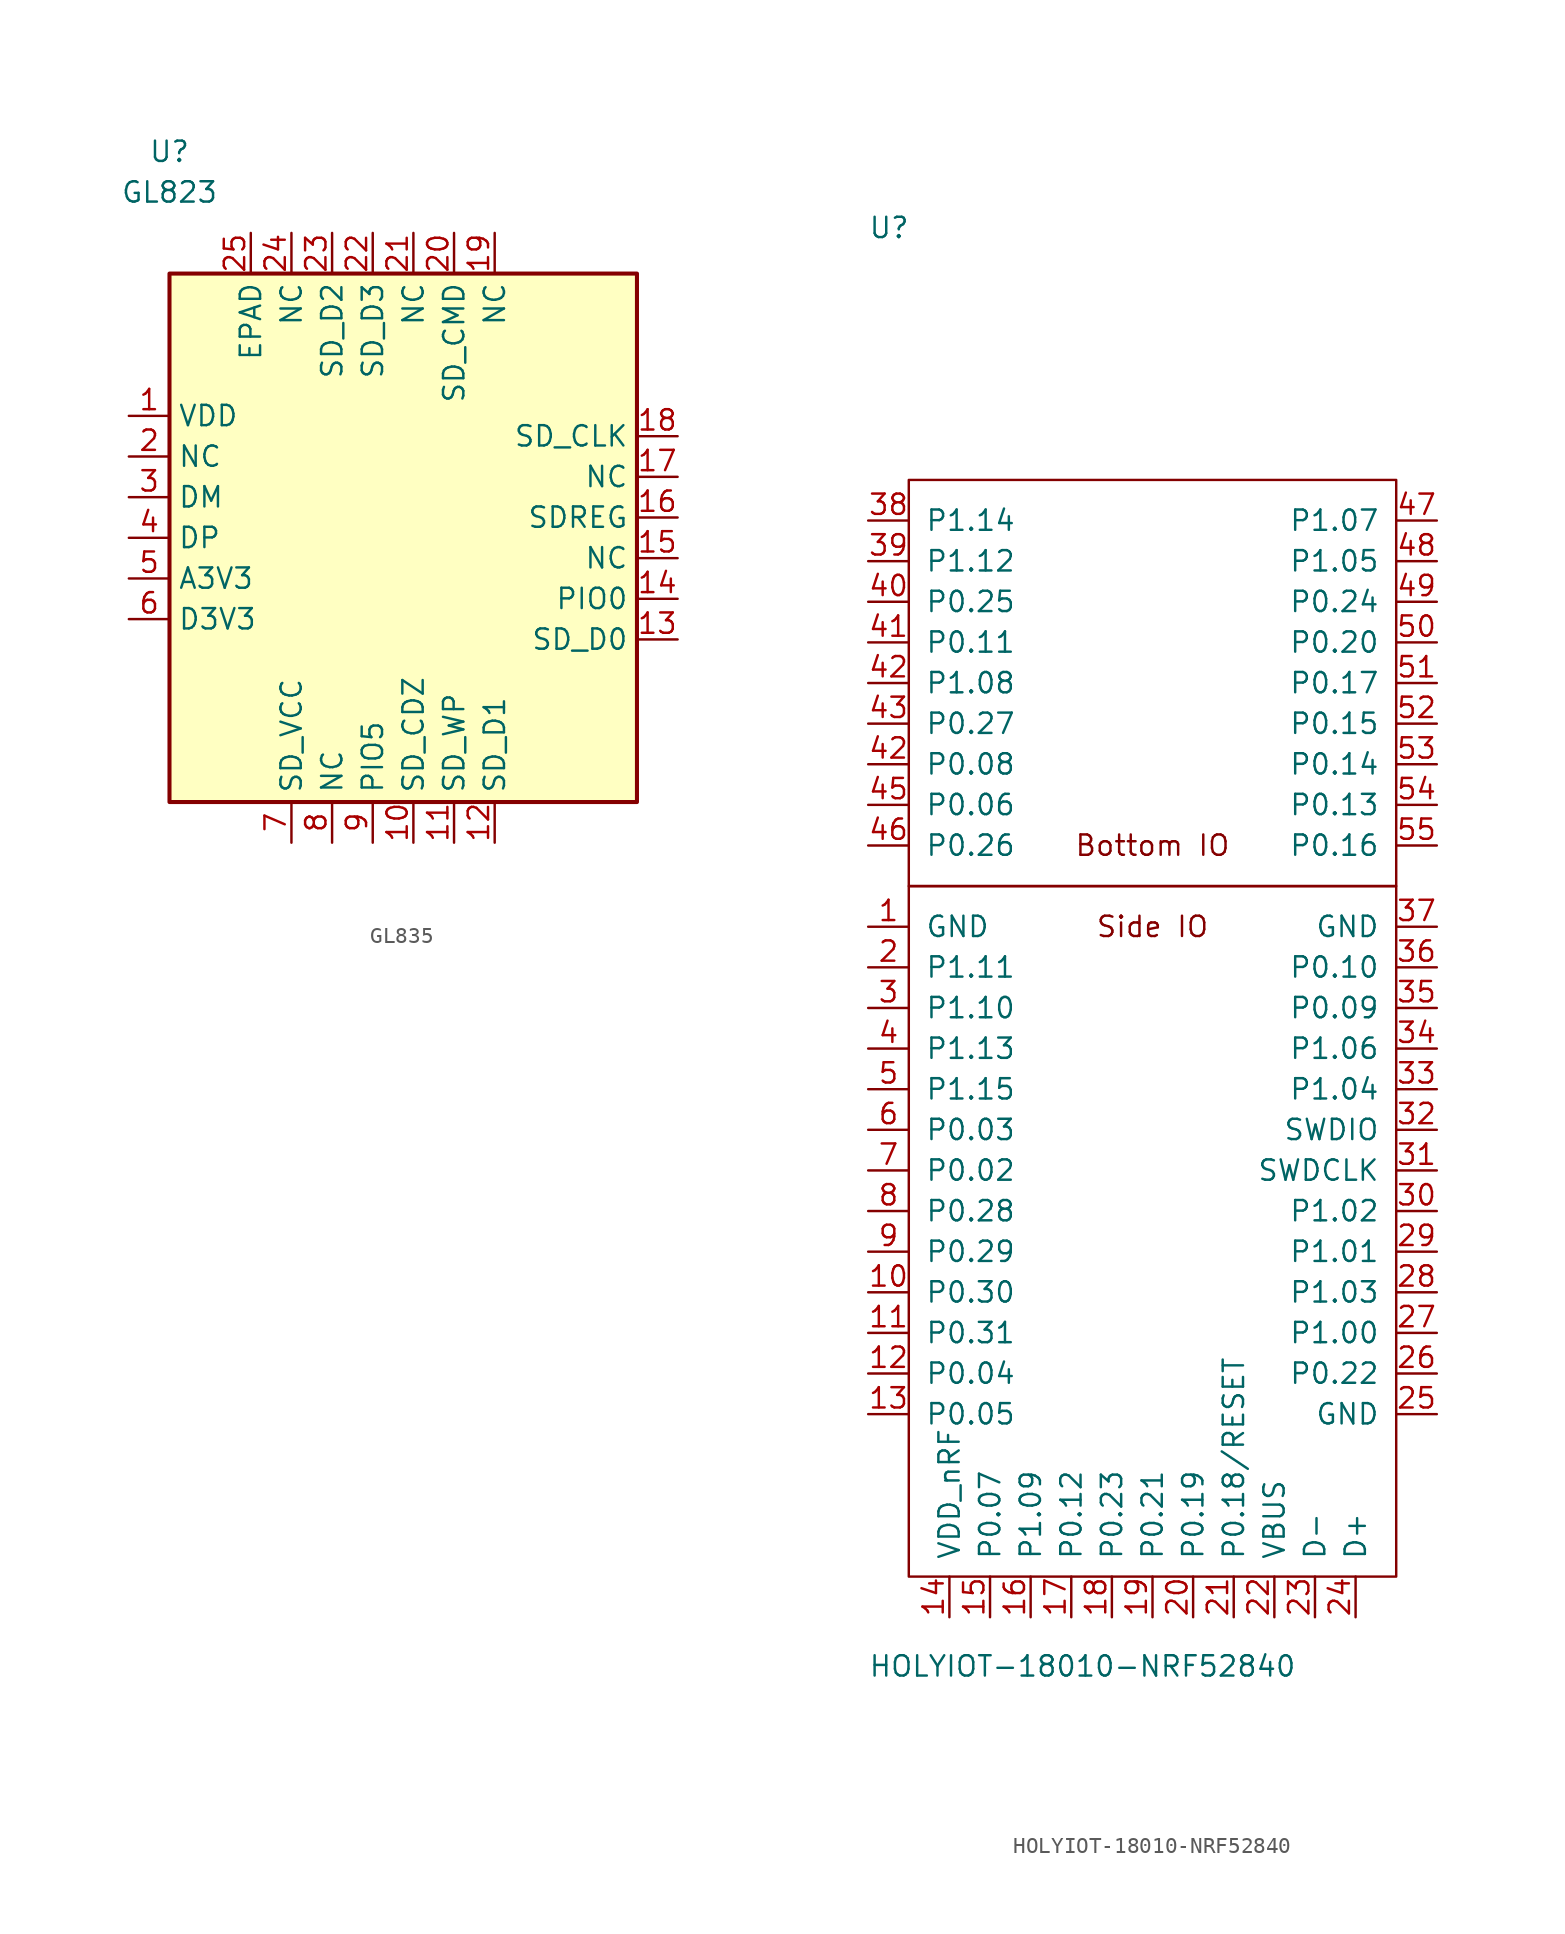
<source format=kicad_sym>
(kicad_symbol_lib
  (version 20241209)
  (generator "kicad_symbol_editor")
  (generator_version "9.0")
  (symbol "GL835"
    (property "Reference" "U"
      (at -13.97 24.13 0)
      (effects (font (size 1.27 1.27))))
    (property "Value" "GL823"
      (at -13.97 21.59 0)
      (effects (font (size 1.27 1.27))))
    (symbol "GL835_1_1"
      (rectangle (start -13.97 16.51) (end 15.24 -16.51) (stroke (width 0.254) (type default)) (fill (type background)))
      (pin passive line (at -16.51 7.62 0) (length 2.54) (name "VDD" (effects (font (size 1.27 1.27)))) (number "1" (effects (font (size 1.27 1.27)))))
      (pin bidirectional line (at -16.51 5.08 0) (length 2.54) (name "NC" (effects (font (size 1.27 1.27)))) (number "2" (effects (font (size 1.27 1.27)))))
      (pin bidirectional line (at -16.51 2.54 0) (length 2.54) (name "DM" (effects (font (size 1.27 1.27)))) (number "3" (effects (font (size 1.27 1.27)))))
      (pin bidirectional line (at -16.51 0 0) (length 2.54) (name "DP" (effects (font (size 1.27 1.27)))) (number "4" (effects (font (size 1.27 1.27)))))
      (pin bidirectional line (at -16.51 -2.54 0) (length 2.54) (name "A3V3" (effects (font (size 1.27 1.27)))) (number "5" (effects (font (size 1.27 1.27)))))
      (pin power_in line (at -16.51 -5.08 0) (length 2.54) (name "D3V3" (effects (font (size 1.27 1.27)))) (number "6" (effects (font (size 1.27 1.27)))))
      (pin power_in line (at -8.89 19.05 270) (length 2.54) (name "EPAD" (effects (font (size 1.27 1.27)))) (number "25" (effects (font (size 1.27 1.27)))))
      (pin power_in line (at -6.35 19.05 270) (length 2.54) (name "NC" (effects (font (size 1.27 1.27)))) (number "24" (effects (font (size 1.27 1.27)))))
      (pin bidirectional line (at -6.35 -19.05 90) (length 2.54) (name "SD_VCC" (effects (font (size 1.27 1.27)))) (number "7" (effects (font (size 1.27 1.27)))))
      (pin power_in line (at -3.81 19.05 270) (length 2.54) (name "SD_D2" (effects (font (size 1.27 1.27)))) (number "23" (effects (font (size 1.27 1.27)))))
      (pin bidirectional line (at -3.81 -19.05 90) (length 2.54) (name "NC" (effects (font (size 1.27 1.27)))) (number "8" (effects (font (size 1.27 1.27)))))
      (pin bidirectional line (at -1.27 19.05 270) (length 2.54) (name "SD_D3" (effects (font (size 1.27 1.27)))) (number "22" (effects (font (size 1.27 1.27)))))
      (pin bidirectional line (at -1.27 -19.05 90) (length 2.54) (name "PIO5" (effects (font (size 1.27 1.27)))) (number "9" (effects (font (size 1.27 1.27)))))
      (pin bidirectional line (at 1.27 19.05 270) (length 2.54) (name "NC" (effects (font (size 1.27 1.27)))) (number "21" (effects (font (size 1.27 1.27)))))
      (pin power_in line (at 1.27 -19.05 90) (length 2.54) (name "SD_CDZ" (effects (font (size 1.27 1.27)))) (number "10" (effects (font (size 1.27 1.27)))))
      (pin bidirectional line (at 3.81 19.05 270) (length 2.54) (name "SD_CMD" (effects (font (size 1.27 1.27)))) (number "20" (effects (font (size 1.27 1.27)))))
      (pin bidirectional line (at 3.81 -19.05 90) (length 2.54) (name "SD_WP" (effects (font (size 1.27 1.27)))) (number "11" (effects (font (size 1.27 1.27)))))
      (pin bidirectional line (at 6.35 19.05 270) (length 2.54) (name "NC" (effects (font (size 1.27 1.27)))) (number "19" (effects (font (size 1.27 1.27)))))
      (pin bidirectional line (at 6.35 -19.05 90) (length 2.54) (name "SD_D1" (effects (font (size 1.27 1.27)))) (number "12" (effects (font (size 1.27 1.27)))))
      (pin bidirectional line (at 17.78 6.35 180) (length 2.54) (name "SD_CLK" (effects (font (size 1.27 1.27)))) (number "18" (effects (font (size 1.27 1.27)))))
      (pin bidirectional line (at 17.78 3.81 180) (length 2.54) (name "NC" (effects (font (size 1.27 1.27)))) (number "17" (effects (font (size 1.27 1.27)))))
      (pin bidirectional line (at 17.78 1.27 180) (length 2.54) (name "SDREG" (effects (font (size 1.27 1.27)))) (number "16" (effects (font (size 1.27 1.27)))))
      (pin bidirectional line (at 17.78 -1.27 180) (length 2.54) (name "NC" (effects (font (size 1.27 1.27)))) (number "15" (effects (font (size 1.27 1.27)))))
      (pin bidirectional line (at 17.78 -3.81 180) (length 2.54) (name "PIO0" (effects (font (size 1.27 1.27)))) (number "14" (effects (font (size 1.27 1.27)))))
      (pin power_in line (at 17.78 -6.35 180) (length 2.54) (name "SD_D0" (effects (font (size 1.27 1.27)))) (number "13" (effects (font (size 1.27 1.27)))))))
  (symbol "HOLYIOT-18010-NRF52840"
    (pin_names
      (offset 1.016))
    (property "Reference" "U"
      (at -17.78 45.72 0)
      (effects (font (size 1.27 1.27)) (justify left top)))
    (property "Value" "HOLYIOT-18010-NRF52840"
      (at -17.78 -45.72 0)
      (effects (font (size 1.27 1.27)) (justify left bottom)))
    (symbol "HOLYIOT-18010-NRF52840_0_0"
      (rectangle (start -15.24 3.81) (end 15.24 29.21) (stroke (width 0) (type default)) (fill (type none)))
      (rectangle (start -15.24 3.81) (end 15.24 -39.37) (stroke (width 0) (type default)) (fill (type none)))
      (text "Bottom IO" (at 0 6.35 0) (effects (font (size 1.27 1.27))))
      (text "Side IO" (at 0 1.27 0) (effects (font (size 1.27 1.27)))))
    (symbol "HOLYIOT-18010-NRF52840_1_1"
      (pin bidirectional line (at -17.78 26.67 0) (length 2.54) (name "P1.14" (effects (font (size 1.27 1.27)))) (number "38" (effects (font (size 1.27 1.27)))))
      (pin bidirectional line (at -17.78 24.13 0) (length 2.54) (name "P1.12" (effects (font (size 1.27 1.27)))) (number "39" (effects (font (size 1.27 1.27)))))
      (pin bidirectional line (at -17.78 21.59 0) (length 2.54) (name "P0.25" (effects (font (size 1.27 1.27)))) (number "40" (effects (font (size 1.27 1.27)))))
      (pin bidirectional line (at -17.78 19.05 0) (length 2.54) (name "P0.11" (effects (font (size 1.27 1.27)))) (number "41" (effects (font (size 1.27 1.27)))))
      (pin bidirectional line (at -17.78 16.51 0) (length 2.54) (name "P1.08" (effects (font (size 1.27 1.27)))) (number "42" (effects (font (size 1.27 1.27)))))
      (pin bidirectional line (at -17.78 13.97 0) (length 2.54) (name "P0.27" (effects (font (size 1.27 1.27)))) (number "43" (effects (font (size 1.27 1.27)))))
      (pin bidirectional line (at -17.78 11.43 0) (length 2.54) (name "P0.08" (effects (font (size 1.27 1.27)))) (number "42" (effects (font (size 1.27 1.27)))))
      (pin bidirectional line (at -17.78 8.89 0) (length 2.54) (name "P0.06" (effects (font (size 1.27 1.27)))) (number "45" (effects (font (size 1.27 1.27)))))
      (pin bidirectional line (at -17.78 6.35 0) (length 2.54) (name "P0.26" (effects (font (size 1.27 1.27)))) (number "46" (effects (font (size 1.27 1.27)))))
      (pin power_in line (at -17.78 1.27 0) (length 2.54) (name "GND" (effects (font (size 1.27 1.27)))) (number "1" (effects (font (size 1.27 1.27)))))
      (pin bidirectional line (at -17.78 -1.27 0) (length 2.54) (name "P1.11" (effects (font (size 1.27 1.27)))) (number "2" (effects (font (size 1.27 1.27)))))
      (pin bidirectional line (at -17.78 -3.81 0) (length 2.54) (name "P1.10" (effects (font (size 1.27 1.27)))) (number "3" (effects (font (size 1.27 1.27)))))
      (pin bidirectional line (at -17.78 -6.35 0) (length 2.54) (name "P1.13" (effects (font (size 1.27 1.27)))) (number "4" (effects (font (size 1.27 1.27)))))
      (pin bidirectional line (at -17.78 -8.89 0) (length 2.54) (name "P1.15" (effects (font (size 1.27 1.27)))) (number "5" (effects (font (size 1.27 1.27)))))
      (pin bidirectional line (at -17.78 -11.43 0) (length 2.54) (name "P0.03" (effects (font (size 1.27 1.27)))) (number "6" (effects (font (size 1.27 1.27)))))
      (pin bidirectional line (at -17.78 -13.97 0) (length 2.54) (name "P0.02" (effects (font (size 1.27 1.27)))) (number "7" (effects (font (size 1.27 1.27)))))
      (pin bidirectional line (at -17.78 -16.51 0) (length 2.54) (name "P0.28" (effects (font (size 1.27 1.27)))) (number "8" (effects (font (size 1.27 1.27)))))
      (pin bidirectional line (at -17.78 -19.05 0) (length 2.54) (name "P0.29" (effects (font (size 1.27 1.27)))) (number "9" (effects (font (size 1.27 1.27)))))
      (pin bidirectional line (at -17.78 -21.59 0) (length 2.54) (name "P0.30" (effects (font (size 1.27 1.27)))) (number "10" (effects (font (size 1.27 1.27)))))
      (pin bidirectional line (at -17.78 -24.13 0) (length 2.54) (name "P0.31" (effects (font (size 1.27 1.27)))) (number "11" (effects (font (size 1.27 1.27)))))
      (pin bidirectional line (at -17.78 -26.67 0) (length 2.54) (name "P0.04" (effects (font (size 1.27 1.27)))) (number "12" (effects (font (size 1.27 1.27)))))
      (pin bidirectional line (at -17.78 -29.21 0) (length 2.54) (name "P0.05" (effects (font (size 1.27 1.27)))) (number "13" (effects (font (size 1.27 1.27)))))
      (pin power_in line (at -12.7 -41.91 90) (length 2.54) (name "VDD_nRF" (effects (font (size 1.27 1.27)))) (number "14" (effects (font (size 1.27 1.27)))))
      (pin bidirectional line (at -10.16 -41.91 90) (length 2.54) (name "P0.07" (effects (font (size 1.27 1.27)))) (number "15" (effects (font (size 1.27 1.27)))))
      (pin bidirectional line (at -7.62 -41.91 90) (length 2.54) (name "P1.09" (effects (font (size 1.27 1.27)))) (number "16" (effects (font (size 1.27 1.27)))))
      (pin bidirectional line (at -5.08 -41.91 90) (length 2.54) (name "P0.12" (effects (font (size 1.27 1.27)))) (number "17" (effects (font (size 1.27 1.27)))))
      (pin bidirectional line (at -2.54 -41.91 90) (length 2.54) (name "P0.23" (effects (font (size 1.27 1.27)))) (number "18" (effects (font (size 1.27 1.27)))))
      (pin bidirectional line (at 0 -41.91 90) (length 2.54) (name "P0.21" (effects (font (size 1.27 1.27)))) (number "19" (effects (font (size 1.27 1.27)))))
      (pin bidirectional line (at 2.54 -41.91 90) (length 2.54) (name "P0.19" (effects (font (size 1.27 1.27)))) (number "20" (effects (font (size 1.27 1.27)))))
      (pin input line (at 5.08 -41.91 90) (length 2.54) (name "P0.18/RESET" (effects (font (size 1.27 1.27)))) (number "21" (effects (font (size 1.27 1.27)))))
      (pin power_in line (at 7.62 -41.91 90) (length 2.54) (name "VBUS" (effects (font (size 1.27 1.27)))) (number "22" (effects (font (size 1.27 1.27)))))
      (pin bidirectional line (at 10.16 -41.91 90) (length 2.54) (name "D-" (effects (font (size 1.27 1.27)))) (number "23" (effects (font (size 1.27 1.27)))))
      (pin bidirectional line (at 12.7 -41.91 90) (length 2.54) (name "D+" (effects (font (size 1.27 1.27)))) (number "24" (effects (font (size 1.27 1.27)))))
      (pin bidirectional line (at 17.78 26.67 180) (length 2.54) (name "P1.07" (effects (font (size 1.27 1.27)))) (number "47" (effects (font (size 1.27 1.27)))))
      (pin bidirectional line (at 17.78 24.13 180) (length 2.54) (name "P1.05" (effects (font (size 1.27 1.27)))) (number "48" (effects (font (size 1.27 1.27)))))
      (pin bidirectional line (at 17.78 21.59 180) (length 2.54) (name "P0.24" (effects (font (size 1.27 1.27)))) (number "49" (effects (font (size 1.27 1.27)))))
      (pin bidirectional line (at 17.78 19.05 180) (length 2.54) (name "P0.20" (effects (font (size 1.27 1.27)))) (number "50" (effects (font (size 1.27 1.27)))))
      (pin bidirectional line (at 17.78 16.51 180) (length 2.54) (name "P0.17" (effects (font (size 1.27 1.27)))) (number "51" (effects (font (size 1.27 1.27)))))
      (pin bidirectional line (at 17.78 13.97 180) (length 2.54) (name "P0.15" (effects (font (size 1.27 1.27)))) (number "52" (effects (font (size 1.27 1.27)))))
      (pin bidirectional line (at 17.78 11.43 180) (length 2.54) (name "P0.14" (effects (font (size 1.27 1.27)))) (number "53" (effects (font (size 1.27 1.27)))))
      (pin bidirectional line (at 17.78 8.89 180) (length 2.54) (name "P0.13" (effects (font (size 1.27 1.27)))) (number "54" (effects (font (size 1.27 1.27)))))
      (pin bidirectional line (at 17.78 6.35 180) (length 2.54) (name "P0.16" (effects (font (size 1.27 1.27)))) (number "55" (effects (font (size 1.27 1.27)))))
      (pin power_in line (at 17.78 1.27 180) (length 2.54) (name "GND" (effects (font (size 1.27 1.27)))) (number "37" (effects (font (size 1.27 1.27)))))
      (pin bidirectional line (at 17.78 -1.27 180) (length 2.54) (name "P0.10" (effects (font (size 1.27 1.27)))) (number "36" (effects (font (size 1.27 1.27)))))
      (pin bidirectional line (at 17.78 -3.81 180) (length 2.54) (name "P0.09" (effects (font (size 1.27 1.27)))) (number "35" (effects (font (size 1.27 1.27)))))
      (pin bidirectional line (at 17.78 -6.35 180) (length 2.54) (name "P1.06" (effects (font (size 1.27 1.27)))) (number "34" (effects (font (size 1.27 1.27)))))
      (pin bidirectional line (at 17.78 -8.89 180) (length 2.54) (name "P1.04" (effects (font (size 1.27 1.27)))) (number "33" (effects (font (size 1.27 1.27)))))
      (pin bidirectional line (at 17.78 -11.43 180) (length 2.54) (name "SWDIO" (effects (font (size 1.27 1.27)))) (number "32" (effects (font (size 1.27 1.27)))))
      (pin bidirectional line (at 17.78 -13.97 180) (length 2.54) (name "SWDCLK" (effects (font (size 1.27 1.27)))) (number "31" (effects (font (size 1.27 1.27)))))
      (pin bidirectional line (at 17.78 -16.51 180) (length 2.54) (name "P1.02" (effects (font (size 1.27 1.27)))) (number "30" (effects (font (size 1.27 1.27)))))
      (pin bidirectional line (at 17.78 -19.05 180) (length 2.54) (name "P1.01" (effects (font (size 1.27 1.27)))) (number "29" (effects (font (size 1.27 1.27)))))
      (pin bidirectional line (at 17.78 -21.59 180) (length 2.54) (name "P1.03" (effects (font (size 1.27 1.27)))) (number "28" (effects (font (size 1.27 1.27)))))
      (pin bidirectional line (at 17.78 -24.13 180) (length 2.54) (name "P1.00" (effects (font (size 1.27 1.27)))) (number "27" (effects (font (size 1.27 1.27)))))
      (pin bidirectional line (at 17.78 -26.67 180) (length 2.54) (name "P0.22" (effects (font (size 1.27 1.27)))) (number "26" (effects (font (size 1.27 1.27)))))
      (pin power_in line (at 17.78 -29.21 180) (length 2.54) (name "GND" (effects (font (size 1.27 1.27)))) (number "25" (effects (font (size 1.27 1.27))))))))
</source>
